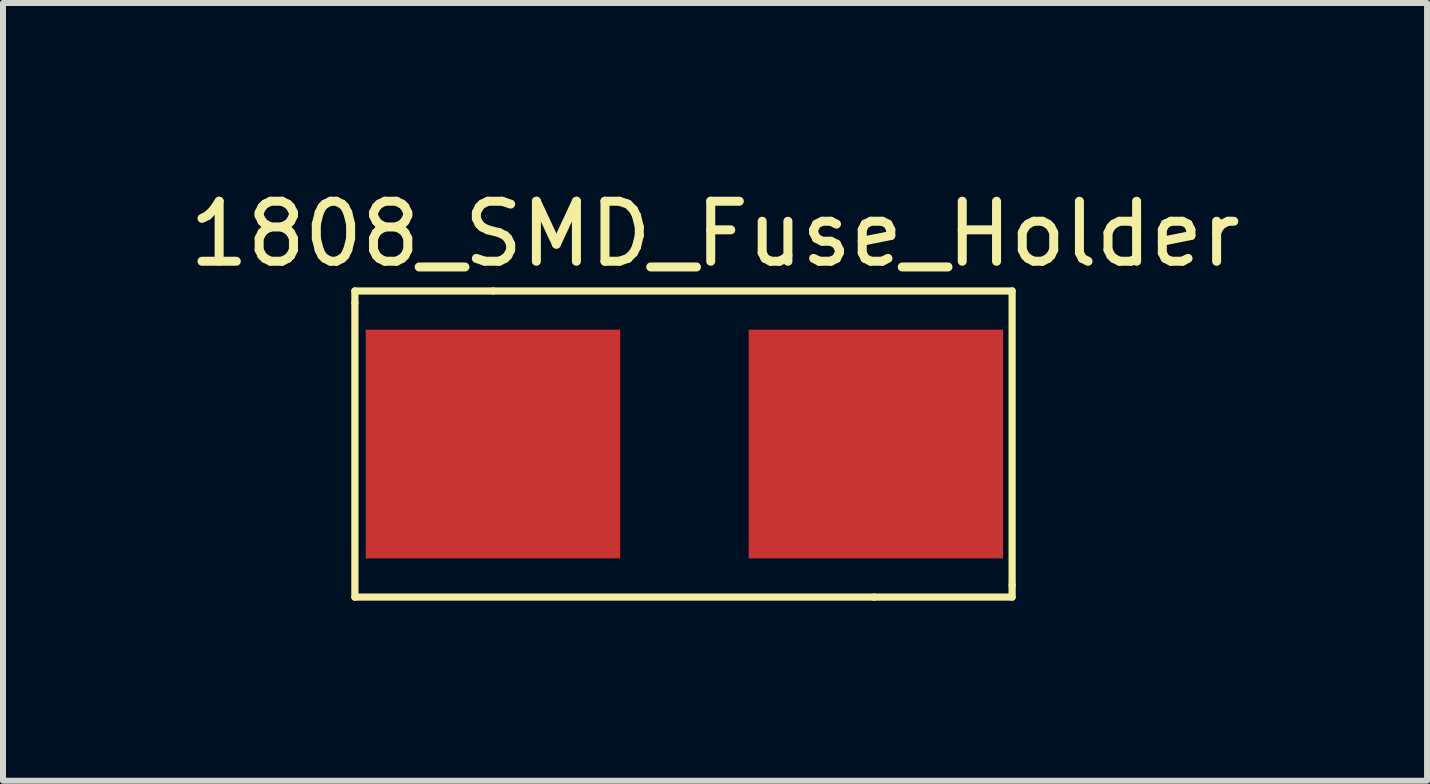
<source format=kicad_pcb>
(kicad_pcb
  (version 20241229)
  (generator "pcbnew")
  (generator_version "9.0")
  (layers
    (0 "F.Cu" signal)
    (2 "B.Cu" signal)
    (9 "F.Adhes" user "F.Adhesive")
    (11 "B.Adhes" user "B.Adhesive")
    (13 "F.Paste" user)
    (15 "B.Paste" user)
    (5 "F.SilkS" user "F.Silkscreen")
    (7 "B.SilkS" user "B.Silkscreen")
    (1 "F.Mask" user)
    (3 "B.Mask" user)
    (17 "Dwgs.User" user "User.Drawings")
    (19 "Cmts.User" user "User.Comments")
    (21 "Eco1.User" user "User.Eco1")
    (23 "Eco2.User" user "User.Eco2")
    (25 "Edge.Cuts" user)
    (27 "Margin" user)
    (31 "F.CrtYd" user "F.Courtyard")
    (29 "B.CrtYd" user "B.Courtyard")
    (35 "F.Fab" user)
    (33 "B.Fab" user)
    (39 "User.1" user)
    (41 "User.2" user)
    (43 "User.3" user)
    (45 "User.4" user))
  (footprint "1808_SMD_Fuse_Holder"
    (layer "F.Cu")
    (at 5.163 4.348)
    (property "Reference" "1808_SMD_Fuse_Holder" (at 3.7 -3.5 0) (layer "F.SilkS") (effects (font (size 1 1) (thickness 0.15))))
    (attr through_hole)
    (fp_line (start -2.3 -2.55) (end -2.3 -2.35) (stroke (width 0.12) (type solid)) (layer "F.SilkS"))
    (fp_line (start -2.3 2.55) (end -2.3 -2.35) (stroke (width 0.12) (type solid)) (layer "F.SilkS"))
    (fp_line (start 0 -2.55) (end -2.3 -2.55) (stroke (width 0.12) (type solid)) (layer "F.SilkS"))
    (fp_line (start 0 -2.55) (end 8.65 -2.55) (stroke (width 0.12) (type solid)) (layer "F.SilkS"))
    (fp_line (start 6.35 2.55) (end -2.3 2.55) (stroke (width 0.12) (type solid)) (layer "F.SilkS"))
    (fp_line (start 8.65 -2.55) (end 8.65 2.35) (stroke (width 0.12) (type solid)) (layer "F.SilkS"))
    (fp_line (start 8.65 2.35) (end 8.65 2.55) (stroke (width 0.12) (type solid)) (layer "F.SilkS"))
    (fp_line (start 8.65 2.55) (end 6.35 2.55) (stroke (width 0.12) (type solid)) (layer "F.SilkS"))
    (pad "1" smd rect (at 0 0) (size 4.24 3.81) (layers "F.Cu" "F.Mask" "F.Paste"))
    (pad "2" smd rect (at 6.38 0) (size 4.24 3.81) (layers "F.Cu" "F.Mask" "F.Paste")))
  (gr_rect
    (start -3 -3)
    (end 20.726 9.958)
    (stroke (width 0.1) (type default))
    (fill no)
    (layer "Edge.Cuts")))
</source>
